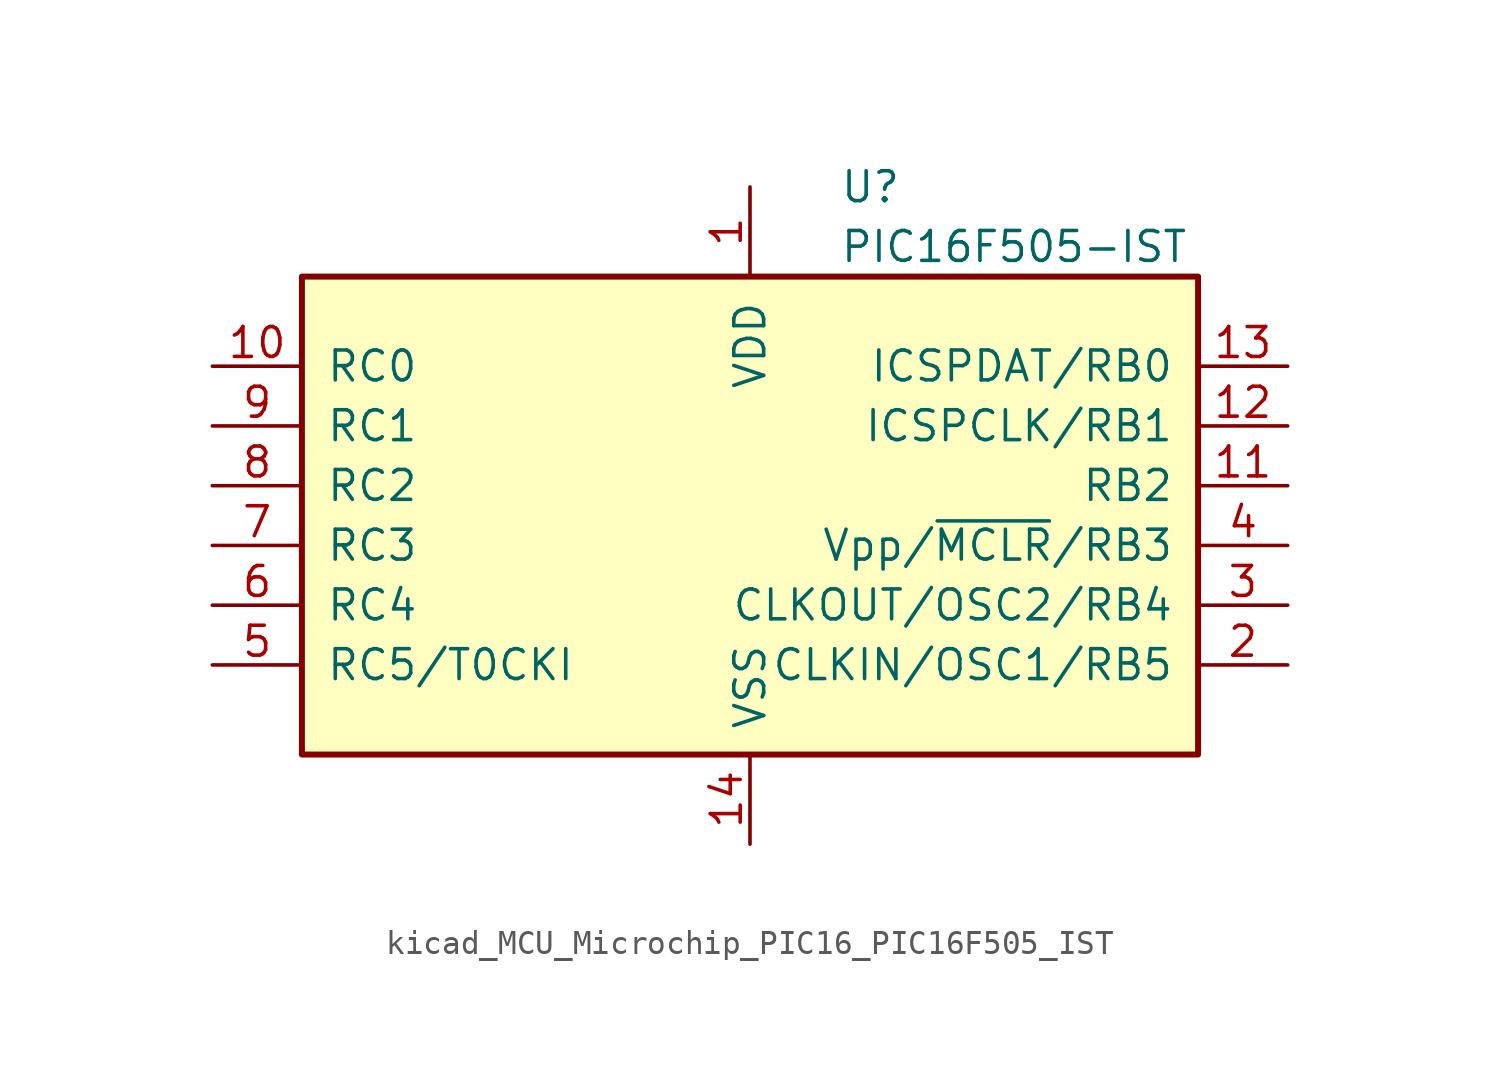
<source format=kicad_sym>
(kicad_symbol_lib
  (version 20220914)
  (generator kicad_symbol_editor)
  (symbol "kicad_MCU_Microchip_PIC16_PIC16F505_IST"
    (pin_names
      (offset 1.016))
    (property "Reference" "U"
      (at 3.81 12.7 0)
      (effects (font (size 1.27 1.27)) (justify left)))
    (property "Value" "PIC16F505-IST"
      (at 3.81 10.16 0)
      (effects (font (size 1.27 1.27)) (justify left)))
    (symbol "kicad_MCU_Microchip_PIC16_PIC16F505_IST_0_1"
      (rectangle (start -19.05 8.89) (end 19.05 -11.43) (stroke (width 0.254) (type default)) (fill (type background))))
    (symbol "kicad_MCU_Microchip_PIC16_PIC16F505_IST_1_1"
      (pin power_in line (at 0 12.7 270) (length 3.81) (name "VDD" (effects (font (size 1.27 1.27)))) (number "1" (effects (font (size 1.27 1.27)))))
      (pin bidirectional line (at -22.86 5.08 0) (length 3.81) (name "RC0" (effects (font (size 1.27 1.27)))) (number "10" (effects (font (size 1.27 1.27)))))
      (pin bidirectional line (at 22.86 0 180) (length 3.81) (name "RB2" (effects (font (size 1.27 1.27)))) (number "11" (effects (font (size 1.27 1.27)))))
      (pin bidirectional line (at 22.86 2.54 180) (length 3.81) (name "ICSPCLK/RB1" (effects (font (size 1.27 1.27)))) (number "12" (effects (font (size 1.27 1.27)))))
      (pin bidirectional line (at 22.86 5.08 180) (length 3.81) (name "ICSPDAT/RB0" (effects (font (size 1.27 1.27)))) (number "13" (effects (font (size 1.27 1.27)))))
      (pin power_in line (at 0 -15.24 90) (length 3.81) (name "VSS" (effects (font (size 1.27 1.27)))) (number "14" (effects (font (size 1.27 1.27)))))
      (pin bidirectional line (at 22.86 -7.62 180) (length 3.81) (name "CLKIN/OSC1/RB5" (effects (font (size 1.27 1.27)))) (number "2" (effects (font (size 1.27 1.27)))))
      (pin bidirectional line (at 22.86 -5.08 180) (length 3.81) (name "CLKOUT/OSC2/RB4" (effects (font (size 1.27 1.27)))) (number "3" (effects (font (size 1.27 1.27)))))
      (pin input line (at 22.86 -2.54 180) (length 3.81) (name "Vpp/~{MCLR}/RB3" (effects (font (size 1.27 1.27)))) (number "4" (effects (font (size 1.27 1.27)))))
      (pin bidirectional line (at -22.86 -7.62 0) (length 3.81) (name "RC5/T0CKI" (effects (font (size 1.27 1.27)))) (number "5" (effects (font (size 1.27 1.27)))))
      (pin bidirectional line (at -22.86 -5.08 0) (length 3.81) (name "RC4" (effects (font (size 1.27 1.27)))) (number "6" (effects (font (size 1.27 1.27)))))
      (pin bidirectional line (at -22.86 -2.54 0) (length 3.81) (name "RC3" (effects (font (size 1.27 1.27)))) (number "7" (effects (font (size 1.27 1.27)))))
      (pin bidirectional line (at -22.86 0 0) (length 3.81) (name "RC2" (effects (font (size 1.27 1.27)))) (number "8" (effects (font (size 1.27 1.27)))))
      (pin bidirectional line (at -22.86 2.54 0) (length 3.81) (name "RC1" (effects (font (size 1.27 1.27)))) (number "9" (effects (font (size 1.27 1.27))))))))
</source>
